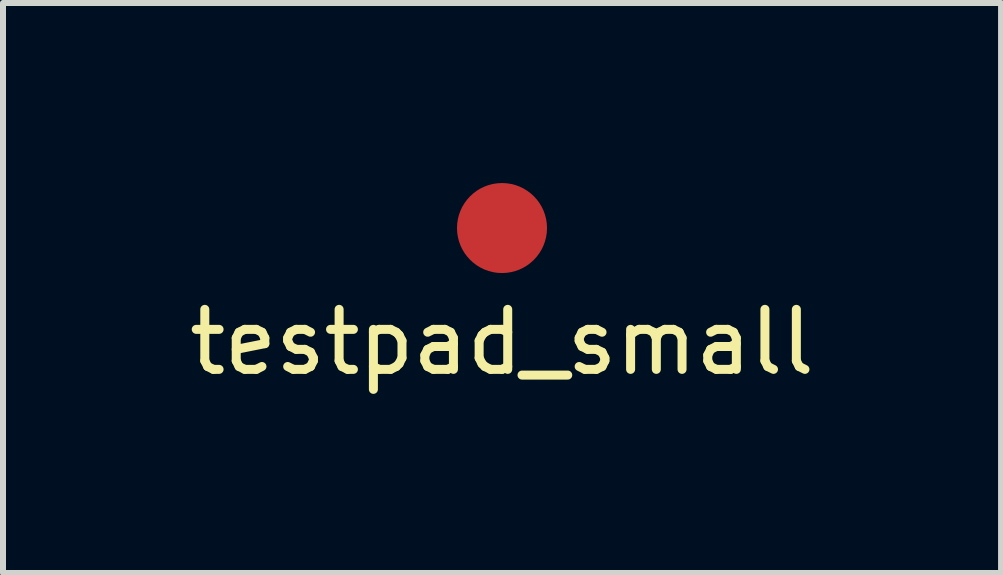
<source format=kicad_pcb>
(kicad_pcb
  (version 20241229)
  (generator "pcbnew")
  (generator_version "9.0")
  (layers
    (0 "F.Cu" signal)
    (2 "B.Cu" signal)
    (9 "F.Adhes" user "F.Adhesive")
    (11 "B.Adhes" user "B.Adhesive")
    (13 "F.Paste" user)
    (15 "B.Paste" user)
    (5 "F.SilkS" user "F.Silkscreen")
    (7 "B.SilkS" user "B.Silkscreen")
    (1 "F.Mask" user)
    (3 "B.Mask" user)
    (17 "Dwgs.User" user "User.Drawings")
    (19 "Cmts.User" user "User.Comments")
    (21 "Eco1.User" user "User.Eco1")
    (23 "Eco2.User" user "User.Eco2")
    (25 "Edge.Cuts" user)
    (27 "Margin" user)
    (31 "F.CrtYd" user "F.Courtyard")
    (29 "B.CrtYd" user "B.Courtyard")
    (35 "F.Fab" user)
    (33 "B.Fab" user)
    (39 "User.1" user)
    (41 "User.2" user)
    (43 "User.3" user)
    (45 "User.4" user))
  (footprint "testpad_small"
    (layer "F.Cu")
    (at 5.315 0.75)
    (property "Reference" "testpad_small" (at 0 1.9 0) (layer "F.SilkS") (effects (font (size 1 1) (thickness 0.15))))
    (attr through_hole)
    (pad "1" smd circle (at 0 0) (size 1.5 1.5) (layers "F.Cu" "F.Mask" "F.Paste")))
  (gr_rect
    (start -3 -3)
    (end 13.631 6.498)
    (stroke (width 0.1) (type default))
    (fill no)
    (layer "Edge.Cuts")))
</source>
